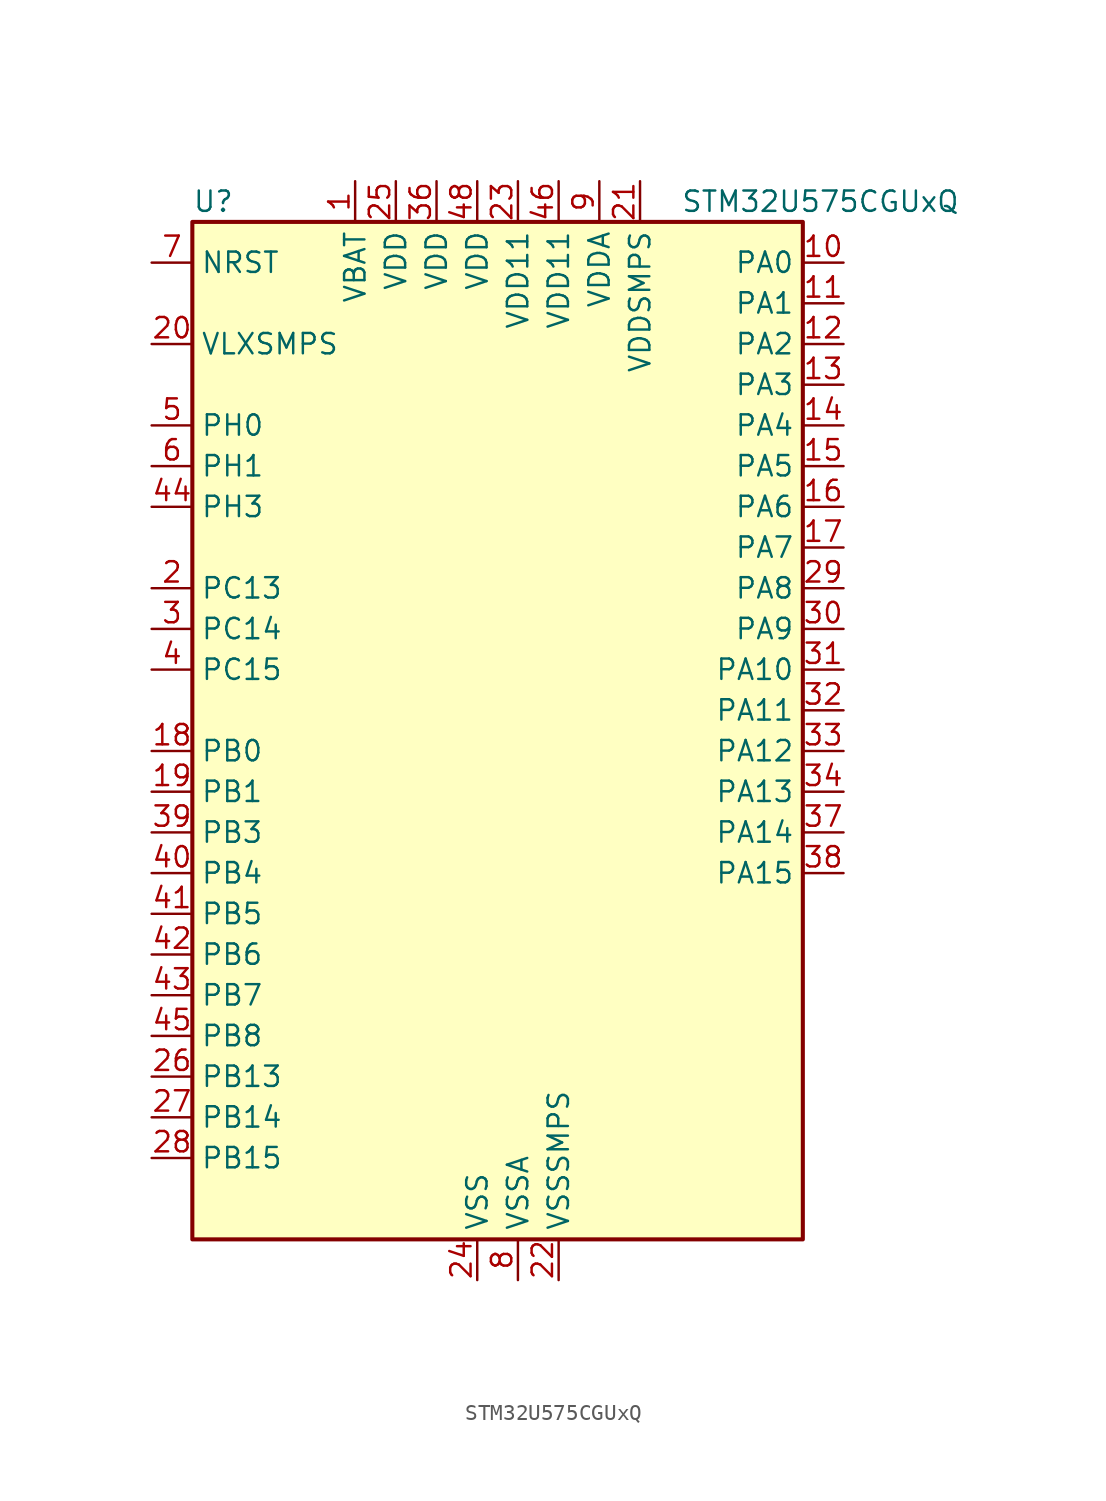
<source format=kicad_sym>
(kicad_symbol_lib
  (version 20220914)
  (generator kicad_symbol_editor)
  (symbol "STM32U575CGUxQ"
    (property "Reference" "U"
      (at -17.78 34.29 0)
      (effects (font (size 1.27 1.27)) (justify left)))
    (property "Value" "STM32U575CGUxQ"
      (at 12.7 34.29 0)
      (effects (font (size 1.27 1.27)) (justify left)))
    (property "ki_locked" ""
      (at 0 0 0)
      (effects (font (size 1.27 1.27))))
    (symbol "STM32U575CGUxQ_0_1"
      (rectangle (start -17.78 -30.48) (end 20.32 33.02) (stroke (width 0.254) (type default)) (fill (type background))))
    (symbol "STM32U575CGUxQ_1_1"
      (pin power_in line (at -7.62 35.56 270) (length 2.54) (name "VBAT" (effects (font (size 1.27 1.27)))) (number "1" (effects (font (size 1.27 1.27)))))
      (pin bidirectional line (at 22.86 30.48 180) (length 2.54) (name "PA0" (effects (font (size 1.27 1.27)))) (number "10" (effects (font (size 1.27 1.27)))) (alternate "ADC1_IN5" bidirectional line) (alternate "AUDIOCLK" bidirectional line) (alternate "OCTOSPIM_P2_NCS" bidirectional line) (alternate "OPAMP1_VINP" bidirectional line) (alternate "PWR_WKUP1" bidirectional line) (alternate "SPI3_RDY" bidirectional line) (alternate "TAMP_IN2" bidirectional line) (alternate "TAMP_OUT1" bidirectional line) (alternate "TIM2_CH1" bidirectional line) (alternate "TIM2_ETR" bidirectional line) (alternate "TIM5_CH1" bidirectional line) (alternate "TIM8_ETR" bidirectional line) (alternate "UART4_TX" bidirectional line) (alternate "USART2_CTS" bidirectional line))
      (pin bidirectional line (at 22.86 27.94 180) (length 2.54) (name "PA1" (effects (font (size 1.27 1.27)))) (number "11" (effects (font (size 1.27 1.27)))) (alternate "ADC1_IN6" bidirectional line) (alternate "I2C1_SMBA" bidirectional line) (alternate "LPTIM1_CH2" bidirectional line) (alternate "OCTOSPIM_P1_DQS" bidirectional line) (alternate "OPAMP1_VINM" bidirectional line) (alternate "PWR_WKUP3" bidirectional line) (alternate "SPI1_SCK" bidirectional line) (alternate "TAMP_IN5" bidirectional line) (alternate "TAMP_OUT4" bidirectional line) (alternate "TIM15_CH1N" bidirectional line) (alternate "TIM2_CH2" bidirectional line) (alternate "TIM5_CH2" bidirectional line) (alternate "UART4_RX" bidirectional line) (alternate "USART2_DE" bidirectional line) (alternate "USART2_RTS" bidirectional line))
      (pin bidirectional line (at 22.86 25.4 180) (length 2.54) (name "PA2" (effects (font (size 1.27 1.27)))) (number "12" (effects (font (size 1.27 1.27)))) (alternate "ADC1_IN7" bidirectional line) (alternate "COMP1_INP" bidirectional line) (alternate "LPUART1_TX" bidirectional line) (alternate "OCTOSPIM_P1_NCS" bidirectional line) (alternate "PWR_WKUP4" bidirectional line) (alternate "RCC_LSCO" bidirectional line) (alternate "SPI1_RDY" bidirectional line) (alternate "TIM15_CH1" bidirectional line) (alternate "TIM2_CH3" bidirectional line) (alternate "TIM5_CH3" bidirectional line) (alternate "UCPD1_FRSTX1" bidirectional line) (alternate "USART2_TX" bidirectional line))
      (pin bidirectional line (at 22.86 22.86 180) (length 2.54) (name "PA3" (effects (font (size 1.27 1.27)))) (number "13" (effects (font (size 1.27 1.27)))) (alternate "ADC1_IN8" bidirectional line) (alternate "LPUART1_RX" bidirectional line) (alternate "OCTOSPIM_P1_CLK" bidirectional line) (alternate "OPAMP1_VOUT" bidirectional line) (alternate "PWR_WKUP5" bidirectional line) (alternate "SAI1_CK1" bidirectional line) (alternate "SAI1_MCLK_A" bidirectional line) (alternate "TIM15_CH2" bidirectional line) (alternate "TIM2_CH4" bidirectional line) (alternate "TIM5_CH4" bidirectional line) (alternate "USART2_RX" bidirectional line))
      (pin bidirectional line (at 22.86 20.32 180) (length 2.54) (name "PA4" (effects (font (size 1.27 1.27)))) (number "14" (effects (font (size 1.27 1.27)))) (alternate "ADC1_IN9" bidirectional line) (alternate "ADC4_IN9" bidirectional line) (alternate "DAC1_OUT1" bidirectional line) (alternate "LPTIM2_CH1" bidirectional line) (alternate "OCTOSPIM_P1_NCS" bidirectional line) (alternate "PWR_WKUP2" bidirectional line) (alternate "SAI1_FS_B" bidirectional line) (alternate "SPI1_NSS" bidirectional line) (alternate "SPI3_NSS" bidirectional line) (alternate "USART2_CK" bidirectional line))
      (pin bidirectional line (at 22.86 17.78 180) (length 2.54) (name "PA5" (effects (font (size 1.27 1.27)))) (number "15" (effects (font (size 1.27 1.27)))) (alternate "ADC1_IN10" bidirectional line) (alternate "ADC4_IN10" bidirectional line) (alternate "DAC1_OUT2" bidirectional line) (alternate "LPTIM2_ETR" bidirectional line) (alternate "PWR_CSLEEP" bidirectional line) (alternate "PWR_WKUP6" bidirectional line) (alternate "SPI1_SCK" bidirectional line) (alternate "TIM2_CH1" bidirectional line) (alternate "TIM2_ETR" bidirectional line) (alternate "TIM8_CH1N" bidirectional line) (alternate "USART3_RX" bidirectional line))
      (pin bidirectional line (at 22.86 15.24 180) (length 2.54) (name "PA6" (effects (font (size 1.27 1.27)))) (number "16" (effects (font (size 1.27 1.27)))) (alternate "ADC1_IN11" bidirectional line) (alternate "ADC4_IN11" bidirectional line) (alternate "LPUART1_CTS" bidirectional line) (alternate "OCTOSPIM_P1_IO3" bidirectional line) (alternate "OPAMP2_VINP" bidirectional line) (alternate "PWR_CDSTOP" bidirectional line) (alternate "PWR_WKUP7" bidirectional line) (alternate "SPI1_MISO" bidirectional line) (alternate "TIM16_CH1" bidirectional line) (alternate "TIM1_BKIN" bidirectional line) (alternate "TIM3_CH1" bidirectional line) (alternate "TIM8_BKIN" bidirectional line) (alternate "USART3_CTS" bidirectional line))
      (pin bidirectional line (at 22.86 12.7 180) (length 2.54) (name "PA7" (effects (font (size 1.27 1.27)))) (number "17" (effects (font (size 1.27 1.27)))) (alternate "ADC1_IN12" bidirectional line) (alternate "ADC4_IN20" bidirectional line) (alternate "I2C3_SCL" bidirectional line) (alternate "LPTIM2_CH2" bidirectional line) (alternate "OCTOSPIM_P1_IO2" bidirectional line) (alternate "OPAMP2_VINM" bidirectional line) (alternate "PWR_SRDSTOP" bidirectional line) (alternate "PWR_WKUP8" bidirectional line) (alternate "SPI1_MOSI" bidirectional line) (alternate "TIM17_CH1" bidirectional line) (alternate "TIM1_CH1N" bidirectional line) (alternate "TIM3_CH2" bidirectional line) (alternate "TIM8_CH1N" bidirectional line) (alternate "USART3_TX" bidirectional line))
      (pin bidirectional line (at -20.32 0 0) (length 2.54) (name "PB0" (effects (font (size 1.27 1.27)))) (number "18" (effects (font (size 1.27 1.27)))) (alternate "ADC1_IN15" bidirectional line) (alternate "ADC4_IN18" bidirectional line) (alternate "AUDIOCLK" bidirectional line) (alternate "COMP1_OUT" bidirectional line) (alternate "LPTIM3_CH1" bidirectional line) (alternate "OCTOSPIM_P1_IO1" bidirectional line) (alternate "OPAMP2_VOUT" bidirectional line) (alternate "SPI1_NSS" bidirectional line) (alternate "TIM1_CH2N" bidirectional line) (alternate "TIM3_CH3" bidirectional line) (alternate "TIM8_CH2N" bidirectional line) (alternate "USART3_CK" bidirectional line))
      (pin bidirectional line (at -20.32 -2.54 0) (length 2.54) (name "PB1" (effects (font (size 1.27 1.27)))) (number "19" (effects (font (size 1.27 1.27)))) (alternate "ADC1_IN16" bidirectional line) (alternate "ADC4_IN19" bidirectional line) (alternate "COMP1_INM" bidirectional line) (alternate "LPTIM2_IN1" bidirectional line) (alternate "LPTIM3_CH2" bidirectional line) (alternate "LPUART1_DE" bidirectional line) (alternate "LPUART1_RTS" bidirectional line) (alternate "MDF1_SDI0" bidirectional line) (alternate "OCTOSPIM_P1_IO0" bidirectional line) (alternate "PWR_WKUP4" bidirectional line) (alternate "TIM1_CH3N" bidirectional line) (alternate "TIM3_CH4" bidirectional line) (alternate "TIM8_CH3N" bidirectional line) (alternate "USART3_DE" bidirectional line) (alternate "USART3_RTS" bidirectional line))
      (pin bidirectional line (at -20.32 10.16 0) (length 2.54) (name "PC13" (effects (font (size 1.27 1.27)))) (number "2" (effects (font (size 1.27 1.27)))) (alternate "PWR_WKUP2" bidirectional line) (alternate "RTC_OUT1" bidirectional line) (alternate "RTC_TS" bidirectional line) (alternate "TAMP_IN1" bidirectional line) (alternate "TAMP_OUT2" bidirectional line))
      (pin power_in line (at -20.32 25.4 0) (length 2.54) (name "VLXSMPS" (effects (font (size 1.27 1.27)))) (number "20" (effects (font (size 1.27 1.27)))))
      (pin power_in line (at 10.16 35.56 270) (length 2.54) (name "VDDSMPS" (effects (font (size 1.27 1.27)))) (number "21" (effects (font (size 1.27 1.27)))))
      (pin power_in line (at 5.08 -33.02 90) (length 2.54) (name "VSSSMPS" (effects (font (size 1.27 1.27)))) (number "22" (effects (font (size 1.27 1.27)))))
      (pin power_in line (at 2.54 35.56 270) (length 2.54) (name "VDD11" (effects (font (size 1.27 1.27)))) (number "23" (effects (font (size 1.27 1.27)))))
      (pin power_in line (at 0 -33.02 90) (length 2.54) (name "VSS" (effects (font (size 1.27 1.27)))) (number "24" (effects (font (size 1.27 1.27)))))
      (pin power_in line (at -5.08 35.56 270) (length 2.54) (name "VDD" (effects (font (size 1.27 1.27)))) (number "25" (effects (font (size 1.27 1.27)))))
      (pin bidirectional line (at -20.32 -20.32 0) (length 2.54) (name "PB13" (effects (font (size 1.27 1.27)))) (number "26" (effects (font (size 1.27 1.27)))) (alternate "I2C2_SCL" bidirectional line) (alternate "LPTIM3_IN1" bidirectional line) (alternate "LPUART1_CTS" bidirectional line) (alternate "MDF1_CKI1" bidirectional line) (alternate "SPI2_SCK" bidirectional line) (alternate "TIM15_CH1N" bidirectional line) (alternate "TIM1_CH1N" bidirectional line) (alternate "TSC_G1_IO2" bidirectional line) (alternate "USART3_CTS" bidirectional line))
      (pin bidirectional line (at -20.32 -22.86 0) (length 2.54) (name "PB14" (effects (font (size 1.27 1.27)))) (number "27" (effects (font (size 1.27 1.27)))) (alternate "I2C2_SDA" bidirectional line) (alternate "LPTIM3_ETR" bidirectional line) (alternate "MDF1_SDI2" bidirectional line) (alternate "SPI2_MISO" bidirectional line) (alternate "TIM15_CH1" bidirectional line) (alternate "TIM1_CH2N" bidirectional line) (alternate "TIM8_CH2N" bidirectional line) (alternate "TSC_G1_IO3" bidirectional line) (alternate "UCPD1_DBCC2" bidirectional line) (alternate "USART3_DE" bidirectional line) (alternate "USART3_RTS" bidirectional line))
      (pin bidirectional line (at -20.32 -25.4 0) (length 2.54) (name "PB15" (effects (font (size 1.27 1.27)))) (number "28" (effects (font (size 1.27 1.27)))) (alternate "ADC1_EXTI15" bidirectional line) (alternate "ADC4_EXTI15" bidirectional line) (alternate "LPTIM2_IN2" bidirectional line) (alternate "MDF1_CKI2" bidirectional line) (alternate "PWR_WKUP7" bidirectional line) (alternate "RTC_REFIN" bidirectional line) (alternate "SPI2_MOSI" bidirectional line) (alternate "TIM15_CH2" bidirectional line) (alternate "TIM1_CH3N" bidirectional line) (alternate "TIM8_CH3N" bidirectional line) (alternate "UCPD1_CC2" bidirectional line))
      (pin bidirectional line (at 22.86 10.16 180) (length 2.54) (name "PA8" (effects (font (size 1.27 1.27)))) (number "29" (effects (font (size 1.27 1.27)))) (alternate "DEBUG_TRACECLK" bidirectional line) (alternate "LPTIM2_CH1" bidirectional line) (alternate "RCC_MCO" bidirectional line) (alternate "SAI1_CK2" bidirectional line) (alternate "SAI1_SCK_A" bidirectional line) (alternate "SPI1_RDY" bidirectional line) (alternate "TIM1_CH1" bidirectional line) (alternate "USART1_CK" bidirectional line) (alternate "USB_OTG_FS_SOF" bidirectional line))
      (pin bidirectional line (at -20.32 7.62 0) (length 2.54) (name "PC14" (effects (font (size 1.27 1.27)))) (number "3" (effects (font (size 1.27 1.27)))) (alternate "RCC_OSC32_IN" bidirectional line))
      (pin bidirectional line (at 22.86 7.62 180) (length 2.54) (name "PA9" (effects (font (size 1.27 1.27)))) (number "30" (effects (font (size 1.27 1.27)))) (alternate "DAC1_EXTI9" bidirectional line) (alternate "SAI1_FS_A" bidirectional line) (alternate "SPI2_SCK" bidirectional line) (alternate "TIM15_BKIN" bidirectional line) (alternate "TIM1_CH2" bidirectional line) (alternate "USART1_TX" bidirectional line) (alternate "USB_OTG_FS_VBUS" bidirectional line))
      (pin bidirectional line (at 22.86 5.08 180) (length 2.54) (name "PA10" (effects (font (size 1.27 1.27)))) (number "31" (effects (font (size 1.27 1.27)))) (alternate "CRS_SYNC" bidirectional line) (alternate "LPTIM2_IN2" bidirectional line) (alternate "SAI1_D1" bidirectional line) (alternate "SAI1_SD_A" bidirectional line) (alternate "TIM17_BKIN" bidirectional line) (alternate "TIM1_CH3" bidirectional line) (alternate "USART1_RX" bidirectional line) (alternate "USB_OTG_FS_ID" bidirectional line))
      (pin bidirectional line (at 22.86 2.54 180) (length 2.54) (name "PA11" (effects (font (size 1.27 1.27)))) (number "32" (effects (font (size 1.27 1.27)))) (alternate "ADC1_EXTI11" bidirectional line) (alternate "FDCAN1_RX" bidirectional line) (alternate "SPI1_MISO" bidirectional line) (alternate "TIM1_BKIN2" bidirectional line) (alternate "TIM1_CH4" bidirectional line) (alternate "USART1_CTS" bidirectional line) (alternate "USB_OTG_FS_DM" bidirectional line))
      (pin bidirectional line (at 22.86 0 180) (length 2.54) (name "PA12" (effects (font (size 1.27 1.27)))) (number "33" (effects (font (size 1.27 1.27)))) (alternate "FDCAN1_TX" bidirectional line) (alternate "OCTOSPIM_P2_NCS" bidirectional line) (alternate "SPI1_MOSI" bidirectional line) (alternate "TIM1_ETR" bidirectional line) (alternate "USART1_DE" bidirectional line) (alternate "USART1_RTS" bidirectional line) (alternate "USB_OTG_FS_DP" bidirectional line))
      (pin bidirectional line (at 22.86 -2.54 180) (length 2.54) (name "PA13" (effects (font (size 1.27 1.27)))) (number "34" (effects (font (size 1.27 1.27)))) (alternate "DEBUG_JTMS-SWDIO" bidirectional line) (alternate "IR_OUT" bidirectional line) (alternate "SAI1_SD_B" bidirectional line) (alternate "USB_OTG_FS_NOE" bidirectional line))
      (pin passive line (at 0 -33.02 90) (length 2.54) hide (name "VSS" (effects (font (size 1.27 1.27)))) (number "35" (effects (font (size 1.27 1.27)))))
      (pin power_in line (at -2.54 35.56 270) (length 2.54) (name "VDD" (effects (font (size 1.27 1.27)))) (number "36" (effects (font (size 1.27 1.27)))))
      (pin bidirectional line (at 22.86 -5.08 180) (length 2.54) (name "PA14" (effects (font (size 1.27 1.27)))) (number "37" (effects (font (size 1.27 1.27)))) (alternate "DEBUG_JTCK-SWCLK" bidirectional line) (alternate "I2C1_SMBA" bidirectional line) (alternate "I2C4_SMBA" bidirectional line) (alternate "LPTIM1_CH1" bidirectional line) (alternate "SAI1_FS_B" bidirectional line) (alternate "USB_OTG_FS_SOF" bidirectional line))
      (pin bidirectional line (at 22.86 -7.62 180) (length 2.54) (name "PA15" (effects (font (size 1.27 1.27)))) (number "38" (effects (font (size 1.27 1.27)))) (alternate "ADC1_EXTI15" bidirectional line) (alternate "ADC4_EXTI15" bidirectional line) (alternate "DEBUG_JTDI" bidirectional line) (alternate "SPI1_NSS" bidirectional line) (alternate "SPI3_NSS" bidirectional line) (alternate "TIM2_CH1" bidirectional line) (alternate "TIM2_ETR" bidirectional line) (alternate "UART4_DE" bidirectional line) (alternate "UART4_RTS" bidirectional line) (alternate "UCPD1_CC1" bidirectional line) (alternate "USART2_RX" bidirectional line) (alternate "USART3_DE" bidirectional line) (alternate "USART3_RTS" bidirectional line))
      (pin bidirectional line (at -20.32 -5.08 0) (length 2.54) (name "PB3" (effects (font (size 1.27 1.27)))) (number "39" (effects (font (size 1.27 1.27)))) (alternate "ADF1_CCK0" bidirectional line) (alternate "COMP2_INM" bidirectional line) (alternate "CRS_SYNC" bidirectional line) (alternate "DEBUG_JTDO-SWO" bidirectional line) (alternate "I2C1_SDA" bidirectional line) (alternate "LPTIM1_CH1" bidirectional line) (alternate "SAI1_SCK_B" bidirectional line) (alternate "SPI1_SCK" bidirectional line) (alternate "SPI3_SCK" bidirectional line) (alternate "TIM2_CH2" bidirectional line) (alternate "USART1_DE" bidirectional line) (alternate "USART1_RTS" bidirectional line))
      (pin bidirectional line (at -20.32 5.08 0) (length 2.54) (name "PC15" (effects (font (size 1.27 1.27)))) (number "4" (effects (font (size 1.27 1.27)))) (alternate "ADC1_EXTI15" bidirectional line) (alternate "ADC4_EXTI15" bidirectional line) (alternate "RCC_OSC32_OUT" bidirectional line))
      (pin bidirectional line (at -20.32 -7.62 0) (length 2.54) (name "PB4" (effects (font (size 1.27 1.27)))) (number "40" (effects (font (size 1.27 1.27)))) (alternate "ADF1_SDI0" bidirectional line) (alternate "COMP2_INP" bidirectional line) (alternate "DEBUG_JTRST" bidirectional line) (alternate "I2C3_SDA" bidirectional line) (alternate "LPTIM1_CH2" bidirectional line) (alternate "SAI1_MCLK_B" bidirectional line) (alternate "SPI1_MISO" bidirectional line) (alternate "SPI3_MISO" bidirectional line) (alternate "TIM17_BKIN" bidirectional line) (alternate "TIM3_CH1" bidirectional line) (alternate "TSC_G2_IO1" bidirectional line) (alternate "USART1_CTS" bidirectional line))
      (pin bidirectional line (at -20.32 -10.16 0) (length 2.54) (name "PB5" (effects (font (size 1.27 1.27)))) (number "41" (effects (font (size 1.27 1.27)))) (alternate "COMP2_OUT" bidirectional line) (alternate "I2C1_SMBA" bidirectional line) (alternate "LPTIM1_IN1" bidirectional line) (alternate "OCTOSPIM_P1_NCLK" bidirectional line) (alternate "PWR_WKUP6" bidirectional line) (alternate "SAI1_SD_B" bidirectional line) (alternate "SPI1_MOSI" bidirectional line) (alternate "SPI3_MOSI" bidirectional line) (alternate "TIM16_BKIN" bidirectional line) (alternate "TIM3_CH2" bidirectional line) (alternate "TSC_G2_IO2" bidirectional line) (alternate "UCPD1_DBCC1" bidirectional line) (alternate "USART1_CK" bidirectional line))
      (pin bidirectional line (at -20.32 -12.7 0) (length 2.54) (name "PB6" (effects (font (size 1.27 1.27)))) (number "42" (effects (font (size 1.27 1.27)))) (alternate "COMP2_INP" bidirectional line) (alternate "I2C1_SCL" bidirectional line) (alternate "I2C4_SCL" bidirectional line) (alternate "LPTIM1_ETR" bidirectional line) (alternate "MDF1_SDI5" bidirectional line) (alternate "PWR_WKUP3" bidirectional line) (alternate "SAI1_FS_B" bidirectional line) (alternate "TIM16_CH1N" bidirectional line) (alternate "TIM4_CH1" bidirectional line) (alternate "TIM8_BKIN2" bidirectional line) (alternate "TSC_G2_IO3" bidirectional line) (alternate "USART1_TX" bidirectional line))
      (pin bidirectional line (at -20.32 -15.24 0) (length 2.54) (name "PB7" (effects (font (size 1.27 1.27)))) (number "43" (effects (font (size 1.27 1.27)))) (alternate "COMP2_INM" bidirectional line) (alternate "I2C1_SDA" bidirectional line) (alternate "I2C4_SDA" bidirectional line) (alternate "LPTIM1_IN2" bidirectional line) (alternate "MDF1_CKI5" bidirectional line) (alternate "PWR_PVD_IN" bidirectional line) (alternate "PWR_WKUP4" bidirectional line) (alternate "TIM17_CH1N" bidirectional line) (alternate "TIM4_CH2" bidirectional line) (alternate "TIM8_BKIN" bidirectional line) (alternate "TSC_G2_IO4" bidirectional line) (alternate "UART4_CTS" bidirectional line) (alternate "USART1_RX" bidirectional line))
      (pin bidirectional line (at -20.32 15.24 0) (length 2.54) (name "PH3" (effects (font (size 1.27 1.27)))) (number "44" (effects (font (size 1.27 1.27)))))
      (pin bidirectional line (at -20.32 -17.78 0) (length 2.54) (name "PB8" (effects (font (size 1.27 1.27)))) (number "45" (effects (font (size 1.27 1.27)))) (alternate "FDCAN1_RX" bidirectional line) (alternate "I2C1_SCL" bidirectional line) (alternate "MDF1_CCK0" bidirectional line) (alternate "PWR_WKUP5" bidirectional line) (alternate "SAI1_CK1" bidirectional line) (alternate "SAI1_MCLK_A" bidirectional line) (alternate "SPI3_RDY" bidirectional line) (alternate "TIM16_CH1" bidirectional line) (alternate "TIM4_CH3" bidirectional line))
      (pin power_in line (at 5.08 35.56 270) (length 2.54) (name "VDD11" (effects (font (size 1.27 1.27)))) (number "46" (effects (font (size 1.27 1.27)))))
      (pin passive line (at 0 -33.02 90) (length 2.54) hide (name "VSS" (effects (font (size 1.27 1.27)))) (number "47" (effects (font (size 1.27 1.27)))))
      (pin power_in line (at 0 35.56 270) (length 2.54) (name "VDD" (effects (font (size 1.27 1.27)))) (number "48" (effects (font (size 1.27 1.27)))))
      (pin passive line (at 0 -33.02 90) (length 2.54) hide (name "VSS" (effects (font (size 1.27 1.27)))) (number "49" (effects (font (size 1.27 1.27)))))
      (pin bidirectional line (at -20.32 20.32 0) (length 2.54) (name "PH0" (effects (font (size 1.27 1.27)))) (number "5" (effects (font (size 1.27 1.27)))) (alternate "RCC_OSC_IN" bidirectional line))
      (pin bidirectional line (at -20.32 17.78 0) (length 2.54) (name "PH1" (effects (font (size 1.27 1.27)))) (number "6" (effects (font (size 1.27 1.27)))) (alternate "RCC_OSC_OUT" bidirectional line))
      (pin input line (at -20.32 30.48 0) (length 2.54) (name "NRST" (effects (font (size 1.27 1.27)))) (number "7" (effects (font (size 1.27 1.27)))))
      (pin power_in line (at 2.54 -33.02 90) (length 2.54) (name "VSSA" (effects (font (size 1.27 1.27)))) (number "8" (effects (font (size 1.27 1.27)))))
      (pin power_in line (at 7.62 35.56 270) (length 2.54) (name "VDDA" (effects (font (size 1.27 1.27)))) (number "9" (effects (font (size 1.27 1.27))))))))
</source>
